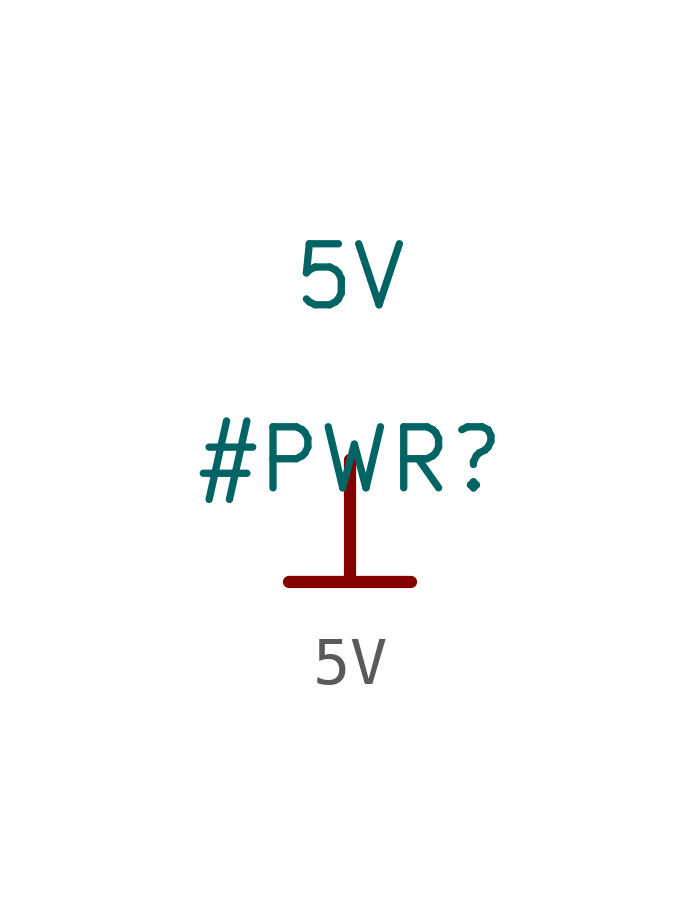
<source format=kicad_sym>
(kicad_symbol_lib
  (version 20211014)
  (generator kicad_symbol_editor)
  (symbol "5V"
    (power)
    (property "Reference" "#PWR"
      (at 0 0 0)
      (effects (font (size 1.27 1.27))))
    (property "Value" "5V"
      (at 0 3.81 0)
      (effects (font (size 1.27 1.27))))
    (symbol "5V_0_0"
      (polyline (pts (xy -1.27 -2.54) (xy 1.27 -2.54)) (stroke (width 0.254) (type default) (color 0 0 0 0)) (fill (type none)))
      (polyline (pts (xy 0 0) (xy 0 -2.54)) (stroke (width 0.254) (type default) (color 0 0 0 0)) (fill (type none)))
      (pin power_in line (at 0 0 0) (length 0) hide (name "5V" (effects (font (size 1.27 1.27)))) (number "" (effects (font (size 1.27 1.27))))))))
</source>
